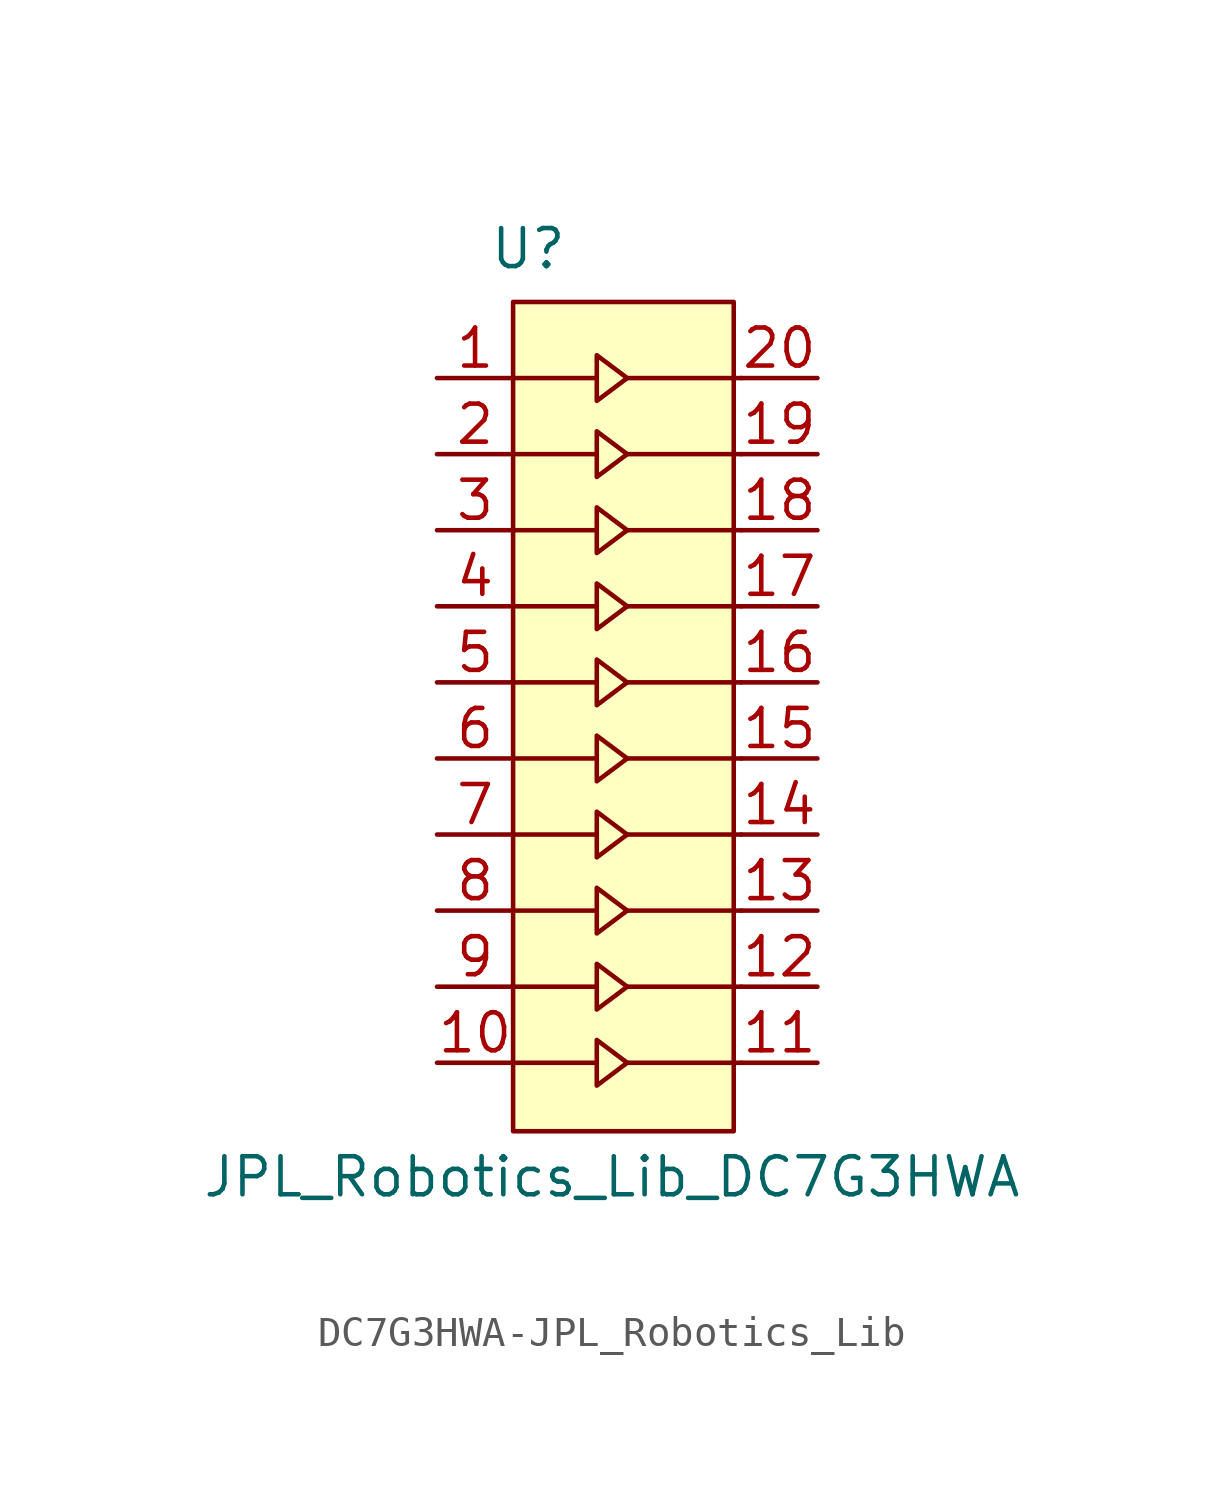
<source format=kicad_sym>
(kicad_symbol_lib
  (version 20231120)
  (generator "kicad_symbol_editor")
  (generator_version "8.0")
  (symbol "DC7G3HWA-JPL_Robotics_Lib"
    (pin_names
      (offset 1.016))
    (property "Reference" "U"
      (at 10.668 23.368 0)
      (effects (font (size 1.27 1.27))))
    (property "Value" "JPL_Robotics_Lib_DC7G3HWA"
      (at 13.462 -7.62 0)
      (effects (font (size 1.27 1.27))))
    (symbol "DC7G3HWA-JPL_Robotics_Lib_0_1"
      (polyline (pts (xy 13.97 19.05) (xy 17.78 19.05)) (stroke (width 0) (type solid)) (fill (type none)))
      (polyline (pts (xy 10.16 19.05) (xy 12.954 19.05) (xy 12.954 18.288) (xy 13.97 19.05) (xy 12.954 19.812) (xy 12.954 19.05)) (stroke (width 0) (type solid)) (fill (type none)))
      (rectangle (start 10.16 21.59) (end 17.526 -6.096) (stroke (width 0) (type solid)) (fill (type background))))
    (symbol "DC7G3HWA-JPL_Robotics_Lib_1_1"
      (polyline (pts (xy 13.97 -3.81) (xy 17.78 -3.81)) (stroke (width 0) (type solid)) (fill (type none)))
      (polyline (pts (xy 13.97 -1.27) (xy 17.78 -1.27)) (stroke (width 0) (type solid)) (fill (type none)))
      (polyline (pts (xy 13.97 1.27) (xy 17.78 1.27)) (stroke (width 0) (type solid)) (fill (type none)))
      (polyline (pts (xy 13.97 3.81) (xy 17.78 3.81)) (stroke (width 0) (type solid)) (fill (type none)))
      (polyline (pts (xy 13.97 6.35) (xy 17.78 6.35)) (stroke (width 0) (type solid)) (fill (type none)))
      (polyline (pts (xy 13.97 8.89) (xy 17.78 8.89)) (stroke (width 0) (type solid)) (fill (type none)))
      (polyline (pts (xy 13.97 11.43) (xy 17.78 11.43)) (stroke (width 0) (type solid)) (fill (type none)))
      (polyline (pts (xy 13.97 13.97) (xy 17.78 13.97)) (stroke (width 0) (type solid)) (fill (type none)))
      (polyline (pts (xy 13.97 16.51) (xy 17.78 16.51)) (stroke (width 0) (type solid)) (fill (type none)))
      (polyline (pts (xy 10.16 -3.81) (xy 12.954 -3.81) (xy 12.954 -4.572) (xy 13.97 -3.81) (xy 12.954 -3.048) (xy 12.954 -3.81)) (stroke (width 0) (type solid)) (fill (type none)))
      (polyline (pts (xy 10.16 -1.27) (xy 12.954 -1.27) (xy 12.954 -2.032) (xy 13.97 -1.27) (xy 12.954 -0.508) (xy 12.954 -1.27)) (stroke (width 0) (type solid)) (fill (type none)))
      (polyline (pts (xy 10.16 1.27) (xy 12.954 1.27) (xy 12.954 0.508) (xy 13.97 1.27) (xy 12.954 2.032) (xy 12.954 1.27)) (stroke (width 0) (type solid)) (fill (type none)))
      (polyline (pts (xy 10.16 3.81) (xy 12.954 3.81) (xy 12.954 3.048) (xy 13.97 3.81) (xy 12.954 4.572) (xy 12.954 3.81)) (stroke (width 0) (type solid)) (fill (type none)))
      (polyline (pts (xy 10.16 6.35) (xy 12.954 6.35) (xy 12.954 5.588) (xy 13.97 6.35) (xy 12.954 7.112) (xy 12.954 6.35)) (stroke (width 0) (type solid)) (fill (type none)))
      (polyline (pts (xy 10.16 8.89) (xy 12.954 8.89) (xy 12.954 8.128) (xy 13.97 8.89) (xy 12.954 9.652) (xy 12.954 8.89)) (stroke (width 0) (type solid)) (fill (type none)))
      (polyline (pts (xy 10.16 11.43) (xy 12.954 11.43) (xy 12.954 10.668) (xy 13.97 11.43) (xy 12.954 12.192) (xy 12.954 11.43)) (stroke (width 0) (type solid)) (fill (type none)))
      (polyline (pts (xy 10.16 13.97) (xy 12.954 13.97) (xy 12.954 13.208) (xy 13.97 13.97) (xy 12.954 14.732) (xy 12.954 13.97)) (stroke (width 0) (type solid)) (fill (type none)))
      (polyline (pts (xy 10.16 16.51) (xy 12.954 16.51) (xy 12.954 15.748) (xy 13.97 16.51) (xy 12.954 17.272) (xy 12.954 16.51)) (stroke (width 0) (type solid)) (fill (type none)))
      (pin input line (at 7.62 19.05 0) (length 2.54) (name "~" (effects (font (size 1.27 1.27)))) (number "1" (effects (font (size 1.27 1.27)))))
      (pin input line (at 7.62 -3.81 0) (length 2.54) (name "~" (effects (font (size 1.27 1.27)))) (number "10" (effects (font (size 1.27 1.27)))))
      (pin passive line (at 20.32 -3.81 180) (length 2.54) (name "~" (effects (font (size 1.27 1.27)))) (number "11" (effects (font (size 1.27 1.27)))))
      (pin passive line (at 20.32 -1.27 180) (length 2.54) (name "~" (effects (font (size 1.27 1.27)))) (number "12" (effects (font (size 1.27 1.27)))))
      (pin passive line (at 20.32 1.27 180) (length 2.54) (name "~" (effects (font (size 1.27 1.27)))) (number "13" (effects (font (size 1.27 1.27)))))
      (pin passive line (at 20.32 3.81 180) (length 2.54) (name "~" (effects (font (size 1.27 1.27)))) (number "14" (effects (font (size 1.27 1.27)))))
      (pin passive line (at 20.32 6.35 180) (length 2.54) (name "~" (effects (font (size 1.27 1.27)))) (number "15" (effects (font (size 1.27 1.27)))))
      (pin passive line (at 20.32 8.89 180) (length 2.54) (name "~" (effects (font (size 1.27 1.27)))) (number "16" (effects (font (size 1.27 1.27)))))
      (pin passive line (at 20.32 11.43 180) (length 2.54) (name "~" (effects (font (size 1.27 1.27)))) (number "17" (effects (font (size 1.27 1.27)))))
      (pin passive line (at 20.32 13.97 180) (length 2.54) (name "~" (effects (font (size 1.27 1.27)))) (number "18" (effects (font (size 1.27 1.27)))))
      (pin passive line (at 20.32 16.51 180) (length 2.54) (name "~" (effects (font (size 1.27 1.27)))) (number "19" (effects (font (size 1.27 1.27)))))
      (pin input line (at 7.62 16.51 0) (length 2.54) (name "~" (effects (font (size 1.27 1.27)))) (number "2" (effects (font (size 1.27 1.27)))))
      (pin passive line (at 20.32 19.05 180) (length 2.54) (name "~" (effects (font (size 1.27 1.27)))) (number "20" (effects (font (size 1.27 1.27)))))
      (pin input line (at 7.62 13.97 0) (length 2.54) (name "~" (effects (font (size 1.27 1.27)))) (number "3" (effects (font (size 1.27 1.27)))))
      (pin input line (at 7.62 11.43 0) (length 2.54) (name "~" (effects (font (size 1.27 1.27)))) (number "4" (effects (font (size 1.27 1.27)))))
      (pin input line (at 7.62 8.89 0) (length 2.54) (name "~" (effects (font (size 1.27 1.27)))) (number "5" (effects (font (size 1.27 1.27)))))
      (pin input line (at 7.62 6.35 0) (length 2.54) (name "~" (effects (font (size 1.27 1.27)))) (number "6" (effects (font (size 1.27 1.27)))))
      (pin input line (at 7.62 3.81 0) (length 2.54) (name "~" (effects (font (size 1.27 1.27)))) (number "7" (effects (font (size 1.27 1.27)))))
      (pin input line (at 7.62 1.27 0) (length 2.54) (name "~" (effects (font (size 1.27 1.27)))) (number "8" (effects (font (size 1.27 1.27)))))
      (pin input line (at 7.62 -1.27 0) (length 2.54) (name "~" (effects (font (size 1.27 1.27)))) (number "9" (effects (font (size 1.27 1.27))))))))
</source>
